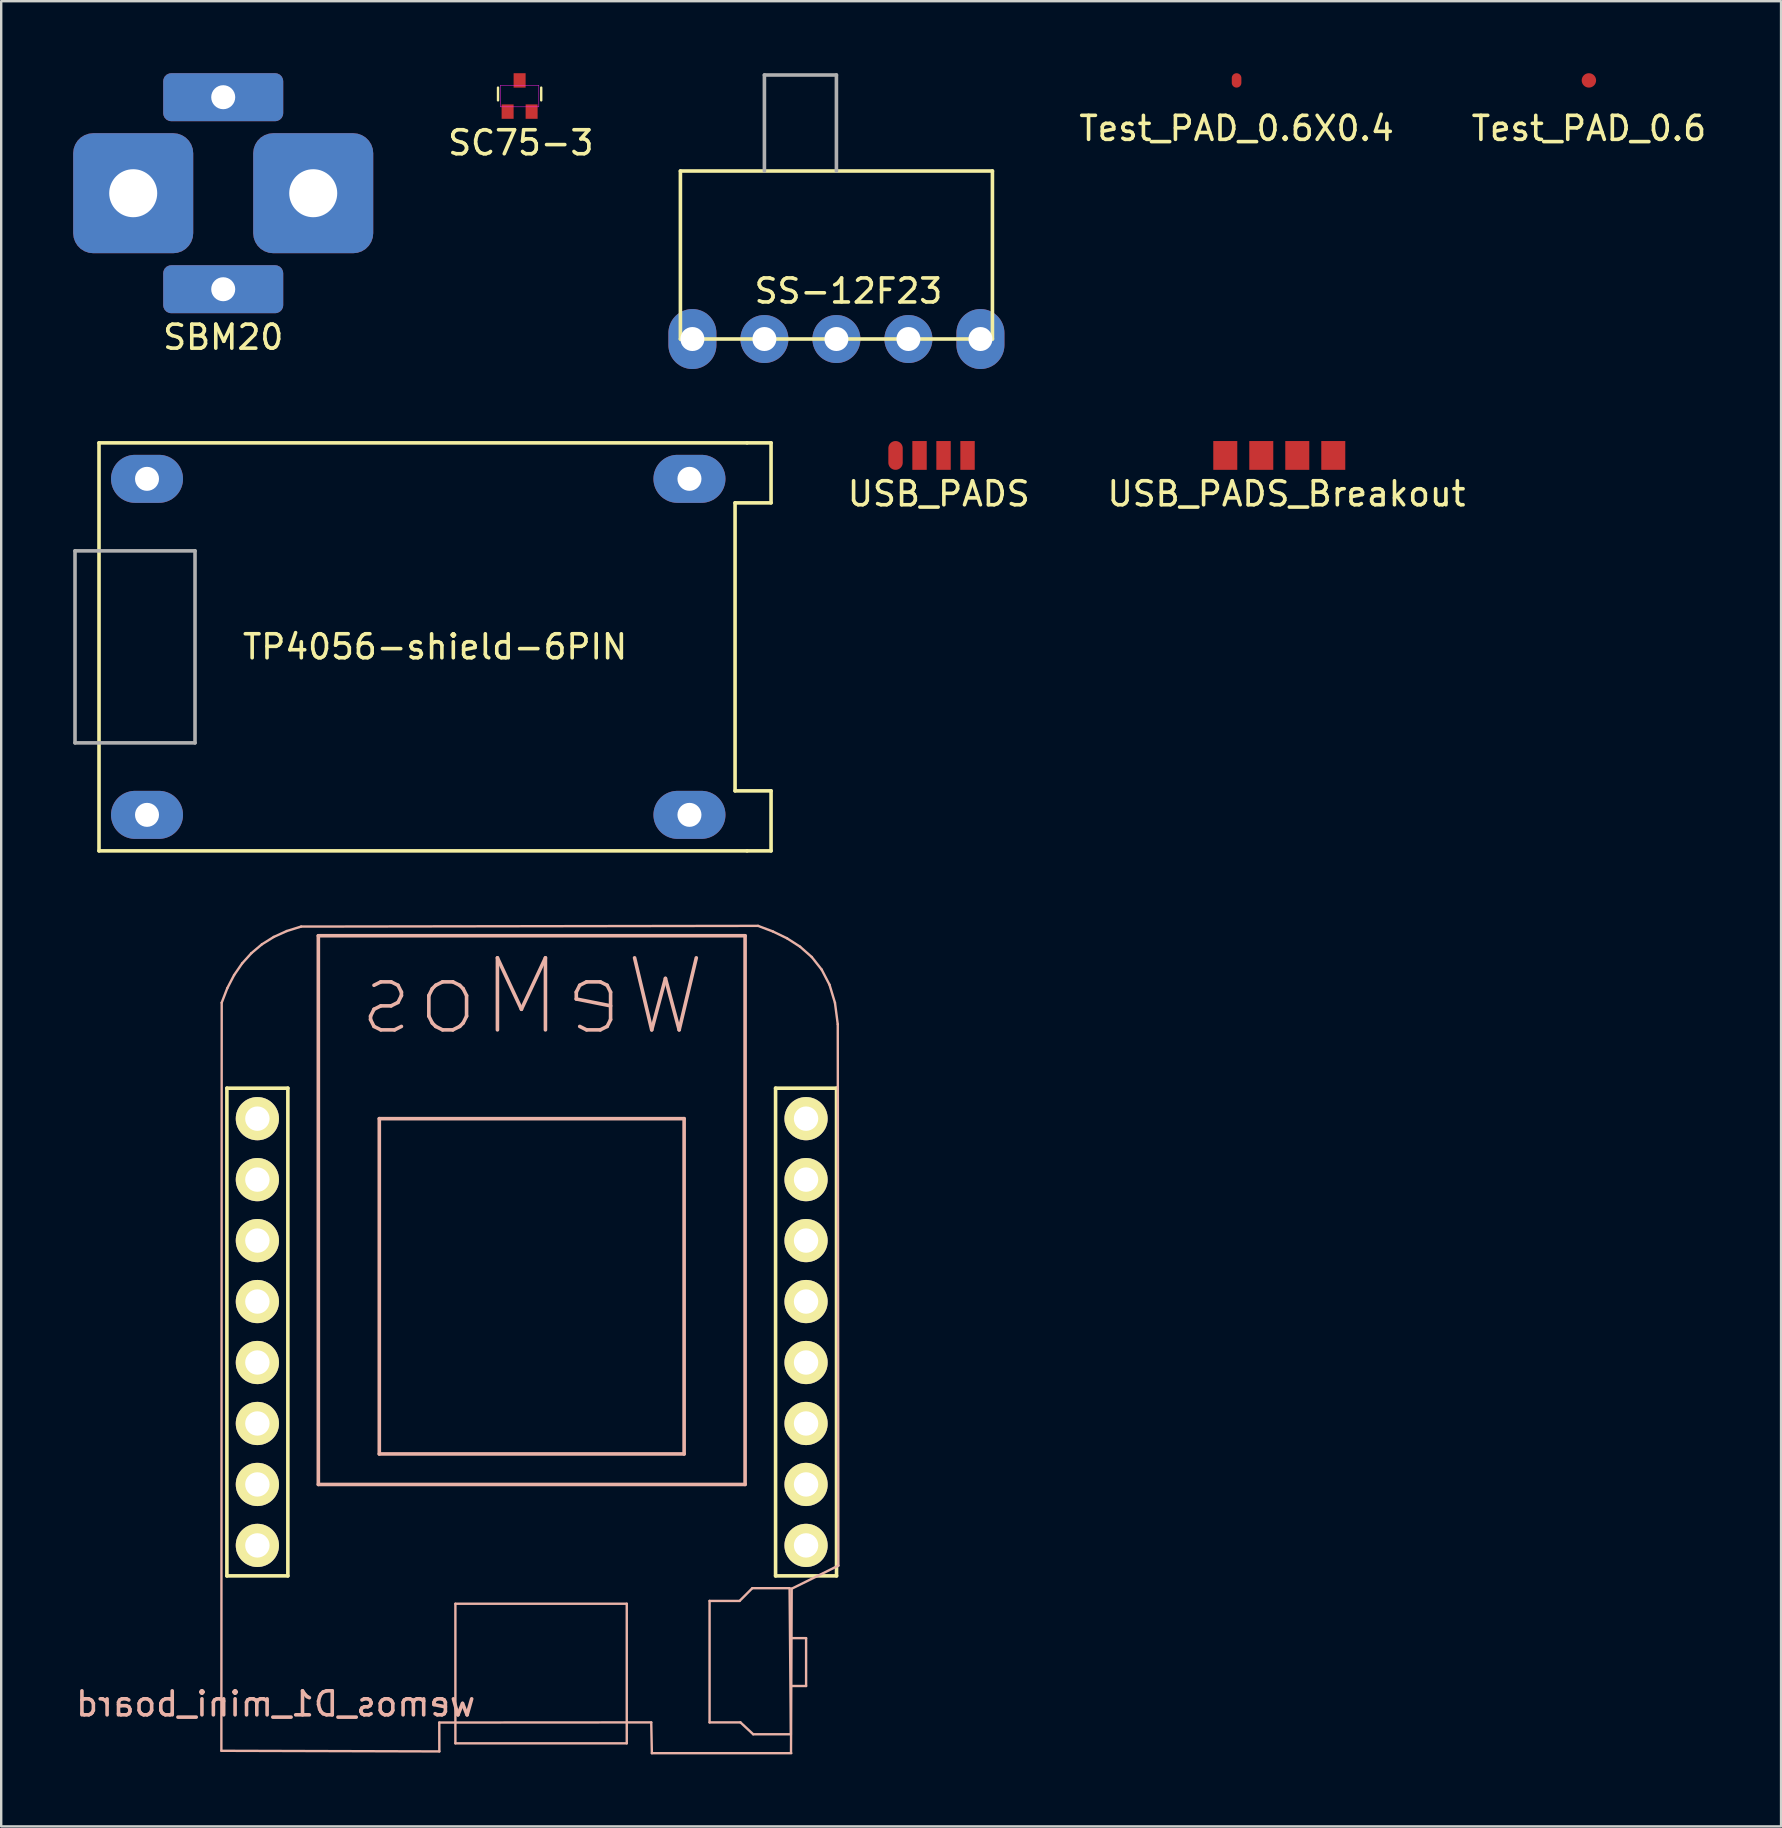
<source format=kicad_pcb>
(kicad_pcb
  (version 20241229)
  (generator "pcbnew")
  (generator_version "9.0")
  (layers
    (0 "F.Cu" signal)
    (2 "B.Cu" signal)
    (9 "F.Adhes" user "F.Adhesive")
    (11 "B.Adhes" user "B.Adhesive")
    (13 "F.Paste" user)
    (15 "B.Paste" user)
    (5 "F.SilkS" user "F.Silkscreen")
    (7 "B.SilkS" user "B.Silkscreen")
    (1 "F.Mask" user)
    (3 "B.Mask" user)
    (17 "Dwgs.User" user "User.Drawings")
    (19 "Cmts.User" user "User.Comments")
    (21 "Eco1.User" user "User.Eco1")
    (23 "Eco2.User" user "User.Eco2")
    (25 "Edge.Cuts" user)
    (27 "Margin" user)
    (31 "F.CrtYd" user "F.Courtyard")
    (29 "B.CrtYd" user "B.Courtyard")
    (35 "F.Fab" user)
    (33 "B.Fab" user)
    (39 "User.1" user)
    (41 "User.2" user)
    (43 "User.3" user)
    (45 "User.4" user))
  (footprint "TP4056-shield-6PIN"
    (layer "F.Cu")
    (at 14.575 23.9)
    (property "Reference" "TP4056-shield-6PIN" (at 0.5 0 0) (layer "F.SilkS") (effects (font (size 1 1) (thickness 0.15))))
    (attr through_hole)
    (fp_line (start -13.5 -8.5) (end 13.5 -8.5) (stroke (width 0.15) (type solid)) (layer "F.SilkS"))
    (fp_line (start -13.5 8.5) (end -13.5 -8.5) (stroke (width 0.15) (type solid)) (layer "F.SilkS"))
    (fp_line (start 13 -6) (end 13 6) (stroke (width 0.15) (type solid)) (layer "F.SilkS"))
    (fp_line (start 13 -6) (end 14.5 -6) (stroke (width 0.15) (type solid)) (layer "F.SilkS"))
    (fp_line (start 13 6) (end 14.5 6) (stroke (width 0.15) (type solid)) (layer "F.SilkS"))
    (fp_line (start 13.5 8.5) (end -13.5 8.5) (stroke (width 0.15) (type solid)) (layer "F.SilkS"))
    (fp_line (start 14.5 -8.5) (end 13.5 -8.5) (stroke (width 0.15) (type solid)) (layer "F.SilkS"))
    (fp_line (start 14.5 -6) (end 14.5 -8.5) (stroke (width 0.15) (type solid)) (layer "F.SilkS"))
    (fp_line (start 14.5 6) (end 14.5 8.5) (stroke (width 0.15) (type solid)) (layer "F.SilkS"))
    (fp_line (start 14.5 8.5) (end 13.5 8.5) (stroke (width 0.15) (type solid)) (layer "F.SilkS"))
    (fp_line (start -14.5 -4) (end -14.5 4) (stroke (width 0.15) (type solid)) (layer "F.Fab"))
    (fp_line (start -14.5 4) (end -9.5 4) (stroke (width 0.15) (type solid)) (layer "F.Fab"))
    (fp_line (start -9.5 -4) (end -14.5 -4) (stroke (width 0.15) (type solid)) (layer "F.Fab"))
    (fp_line (start -9.5 4) (end -9.5 -4) (stroke (width 0.15) (type solid)) (layer "F.Fab"))
    (pad "1" thru_hole oval (at -11.5 -7) (size 3 2) (drill 1) (layers "*.Cu" "*.Mask"))
    (pad "2" thru_hole oval (at -11.5 7) (size 3 2) (drill 1) (layers "*.Cu" "*.Mask"))
    (pad "3" thru_hole oval (at 11.1 -7) (size 3 2) (drill 1) (layers "*.Cu" "*.Mask"))
    (pad "4" thru_hole oval (at 11.1 7) (size 3 2) (drill 1) (layers "*.Cu" "*.Mask")))
  (footprint "SC75-3"
    (layer "F.Cu")
    (at 18.599 0.95)
    (property "Reference" "SC75-3" (at 0.05 1.95 0) (layer "F.SilkS") (effects (font (size 1 1) (thickness 0.15))))
    (attr through_hole)
    (fp_line (start -0.9 -0.35) (end -0.9 0.181) (stroke (width 0.1) (type solid)) (layer "F.SilkS"))
    (fp_line (start 0.9 -0.35) (end 0.9 0.181) (stroke (width 0.1) (type solid)) (layer "F.SilkS"))
    (fp_line (start -0.8 -0.45) (end -0.8 0.45) (stroke (width 0.02) (type solid)) (layer "F.CrtYd"))
    (fp_line (start -0.8 -0.45) (end 0.8 -0.45) (stroke (width 0.02) (type solid)) (layer "F.CrtYd"))
    (fp_line (start 0.8 -0.45) (end 0.8 0.45) (stroke (width 0.02) (type solid)) (layer "F.CrtYd"))
    (fp_line (start 0.8 0.45) (end -0.8 0.45) (stroke (width 0.02) (type solid)) (layer "F.CrtYd"))
    (pad "1" smd rect (at -0.5 0.65) (size 0.5 0.6) (layers "F.Cu" "F.Mask" "F.Paste"))
    (pad "2" smd rect (at 0.5 0.65) (size 0.5 0.6) (layers "F.Cu" "F.Mask" "F.Paste"))
    (pad "3" smd rect (at 0 -0.65) (size 0.5 0.6) (layers "F.Cu" "F.Mask" "F.Paste")))
  (footprint "wemos_D1_mini_board"
    (layer "F.Cu")
    (at 19.103 53.717)
    (property "Reference" "wemos_D1_mini_board" (at -10.668 14.224 0) (layer "B.SilkS") (effects (font (size 1 1) (thickness 0.15)) (justify mirror)))
    (attr through_hole)
    (fp_line (start -12.7 -11.43) (end -10.16 -11.43) (stroke (width 0.15) (type solid)) (layer "F.SilkS"))
    (fp_line (start -12.7 8.89) (end -12.7 -11.43) (stroke (width 0.15) (type solid)) (layer "F.SilkS"))
    (fp_line (start -10.16 -11.43) (end -10.16 8.89) (stroke (width 0.15) (type solid)) (layer "F.SilkS"))
    (fp_line (start -10.16 8.89) (end -12.7 8.89) (stroke (width 0.15) (type solid)) (layer "F.SilkS"))
    (fp_line (start 10.16 -11.43) (end 12.7 -11.43) (stroke (width 0.15) (type solid)) (layer "F.SilkS"))
    (fp_line (start 10.16 8.89) (end 10.16 -11.43) (stroke (width 0.15) (type solid)) (layer "F.SilkS"))
    (fp_line (start 12.7 -11.43) (end 12.7 8.89) (stroke (width 0.15) (type solid)) (layer "F.SilkS"))
    (fp_line (start 12.7 8.89) (end 10.16 8.89) (stroke (width 0.15) (type solid)) (layer "F.SilkS"))
    (fp_line (start -12.93 16.177) (end -12.916 -14.993) (stroke (width 0.1) (type solid)) (layer "B.SilkS"))
    (fp_line (start -12.916 -14.993) (end -12.683 -15.596) (stroke (width 0.1) (type solid)) (layer "B.SilkS"))
    (fp_line (start -12.683 -15.596) (end -12.4 -16.141) (stroke (width 0.1) (type solid)) (layer "B.SilkS"))
    (fp_line (start -12.4 -16.141) (end -12.065 -16.628) (stroke (width 0.1) (type solid)) (layer "B.SilkS"))
    (fp_line (start -12.065 -16.628) (end -11.679 -17.055) (stroke (width 0.1) (type solid)) (layer "B.SilkS"))
    (fp_line (start -11.679 -17.055) (end -11.241 -17.423) (stroke (width 0.1) (type solid)) (layer "B.SilkS"))
    (fp_line (start -11.241 -17.423) (end -10.749 -17.73) (stroke (width 0.1) (type solid)) (layer "B.SilkS"))
    (fp_line (start -10.749 -17.73) (end -10.205 -17.977) (stroke (width 0.1) (type solid)) (layer "B.SilkS"))
    (fp_line (start -10.205 -17.977) (end -9.607 -18.163) (stroke (width 0.1) (type solid)) (layer "B.SilkS"))
    (fp_line (start -9.607 -18.163) (end 9.43 -18.192) (stroke (width 0.1) (type solid)) (layer "B.SilkS"))
    (fp_line (start -8.89 -17.78) (end -8.89 5.08) (stroke (width 0.15) (type solid)) (layer "B.SilkS"))
    (fp_line (start -8.89 5.08) (end 8.89 5.08) (stroke (width 0.15) (type solid)) (layer "B.SilkS"))
    (fp_line (start -6.35 -10.16) (end 6.35 -10.16) (stroke (width 0.15) (type solid)) (layer "B.SilkS"))
    (fp_line (start -6.35 3.81) (end -6.35 -10.16) (stroke (width 0.15) (type solid)) (layer "B.SilkS"))
    (fp_line (start -3.851 15) (end -3.849 16.203) (stroke (width 0.1) (type solid)) (layer "B.SilkS"))
    (fp_line (start -3.849 16.203) (end -12.93 16.177) (stroke (width 0.1) (type solid)) (layer "B.SilkS"))
    (fp_line (start -3.18 10.051) (end 3.96 10.051) (stroke (width 0.1) (type solid)) (layer "B.SilkS"))
    (fp_line (start -3.18 15.865) (end -3.18 10.051) (stroke (width 0.1) (type solid)) (layer "B.SilkS"))
    (fp_line (start 3.96 10.051) (end 3.96 15.865) (stroke (width 0.1) (type solid)) (layer "B.SilkS"))
    (fp_line (start 3.96 15.865) (end -3.18 15.865) (stroke (width 0.1) (type solid)) (layer "B.SilkS"))
    (fp_line (start 4.98 14.994) (end -3.851 15) (stroke (width 0.1) (type solid)) (layer "B.SilkS"))
    (fp_line (start 5.006 16.277) (end 4.98 14.994) (stroke (width 0.1) (type solid)) (layer "B.SilkS"))
    (fp_line (start 6.35 -10.16) (end 6.35 3.81) (stroke (width 0.15) (type solid)) (layer "B.SilkS"))
    (fp_line (start 6.35 3.81) (end -6.35 3.81) (stroke (width 0.15) (type solid)) (layer "B.SilkS"))
    (fp_line (start 7.41 9.932) (end 7.41 14.994) (stroke (width 0.1) (type solid)) (layer "B.SilkS"))
    (fp_line (start 7.41 14.994) (end 8.697 14.994) (stroke (width 0.1) (type solid)) (layer "B.SilkS"))
    (fp_line (start 8.662 9.932) (end 7.41 9.932) (stroke (width 0.1) (type solid)) (layer "B.SilkS"))
    (fp_line (start 8.697 14.994) (end 9.227 15.488) (stroke (width 0.1) (type solid)) (layer "B.SilkS"))
    (fp_line (start 8.89 -17.78) (end -8.89 -17.78) (stroke (width 0.15) (type solid)) (layer "B.SilkS"))
    (fp_line (start 8.89 5.08) (end 8.89 -17.78) (stroke (width 0.15) (type solid)) (layer "B.SilkS"))
    (fp_line (start 9.191 9.402) (end 8.662 9.932) (stroke (width 0.1) (type solid)) (layer "B.SilkS"))
    (fp_line (start 9.227 15.488) (end 10.797 15.488) (stroke (width 0.1) (type solid)) (layer "B.SilkS"))
    (fp_line (start 9.43 -18.192) (end 10.05 -17.958) (stroke (width 0.1) (type solid)) (layer "B.SilkS"))
    (fp_line (start 10.05 -17.958) (end 10.638 -17.673) (stroke (width 0.1) (type solid)) (layer "B.SilkS"))
    (fp_line (start 10.638 -17.673) (end 11.181 -17.324) (stroke (width 0.1) (type solid)) (layer "B.SilkS"))
    (fp_line (start 10.744 9.402) (end 9.191 9.402) (stroke (width 0.1) (type solid)) (layer "B.SilkS"))
    (fp_line (start 10.779 11.484) (end 11.432 11.484) (stroke (width 0.1) (type solid)) (layer "B.SilkS"))
    (fp_line (start 10.797 15.488) (end 10.744 9.402) (stroke (width 0.1) (type solid)) (layer "B.SilkS"))
    (fp_line (start 10.817 16.277) (end 5.006 16.277) (stroke (width 0.1) (type solid)) (layer "B.SilkS"))
    (fp_line (start 10.832 9.424) (end 10.803 16.233) (stroke (width 0.1) (type solid)) (layer "B.SilkS"))
    (fp_line (start 11.181 -17.324) (end 11.667 -16.895) (stroke (width 0.1) (type solid)) (layer "B.SilkS"))
    (fp_line (start 11.432 11.484) (end 11.432 13.477) (stroke (width 0.1) (type solid)) (layer "B.SilkS"))
    (fp_line (start 11.432 13.477) (end 10.814 13.477) (stroke (width 0.1) (type solid)) (layer "B.SilkS"))
    (fp_line (start 11.667 -16.895) (end 12.08 -16.371) (stroke (width 0.1) (type solid)) (layer "B.SilkS"))
    (fp_line (start 12.08 -16.371) (end 12.407 -15.74) (stroke (width 0.1) (type solid)) (layer "B.SilkS"))
    (fp_line (start 12.407 -15.74) (end 12.635 -14.985) (stroke (width 0.1) (type solid)) (layer "B.SilkS"))
    (fp_line (start 12.635 -14.985) (end 12.751 -14.092) (stroke (width 0.1) (type solid)) (layer "B.SilkS"))
    (fp_line (start 12.751 -14.092) (end 12.776 8.463) (stroke (width 0.1) (type solid)) (layer "B.SilkS"))
    (fp_line (start 12.776 8.463) (end 10.832 9.424) (stroke (width 0.1) (type solid)) (layer "B.SilkS"))
    (fp_text user "WeMos" (at 0 -15.24 0) (layer "B.SilkS") (effects (font (size 3 3) (thickness 0.15)) (justify mirror)))
    (pad "1" thru_hole circle (at -11.43 7.62) (size 1.8 1.8) (drill 1.016) (layers "*.Cu" "*.Mask" "F.SilkS"))
    (pad "2" thru_hole circle (at -11.43 5.08) (size 1.8 1.8) (drill 1.016) (layers "*.Cu" "*.Mask" "F.SilkS"))
    (pad "3" thru_hole circle (at -11.43 2.54) (size 1.8 1.8) (drill 1.016) (layers "*.Cu" "*.Mask" "F.SilkS"))
    (pad "4" thru_hole circle (at -11.43 0) (size 1.8 1.8) (drill 1.016) (layers "*.Cu" "*.Mask" "F.SilkS"))
    (pad "5" thru_hole circle (at -11.43 -2.54) (size 1.8 1.8) (drill 1.016) (layers "*.Cu" "*.Mask" "F.SilkS"))
    (pad "6" thru_hole circle (at -11.43 -5.08) (size 1.8 1.8) (drill 1.016) (layers "*.Cu" "*.Mask" "F.SilkS"))
    (pad "7" thru_hole circle (at -11.43 -7.62) (size 1.8 1.8) (drill 1.016) (layers "*.Cu" "*.Mask" "F.SilkS"))
    (pad "8" thru_hole circle (at -11.43 -10.16) (size 1.8 1.8) (drill 1.016) (layers "*.Cu" "*.Mask" "F.SilkS"))
    (pad "9" thru_hole circle (at 11.43 -10.16) (size 1.8 1.8) (drill 1.016) (layers "*.Cu" "*.Mask" "F.SilkS"))
    (pad "10" thru_hole circle (at 11.43 -7.62) (size 1.8 1.8) (drill 1.016) (layers "*.Cu" "*.Mask" "F.SilkS"))
    (pad "11" thru_hole circle (at 11.43 -5.08) (size 1.8 1.8) (drill 1.016) (layers "*.Cu" "*.Mask" "F.SilkS"))
    (pad "12" thru_hole circle (at 11.43 -2.54) (size 1.8 1.8) (drill 1.016) (layers "*.Cu" "*.Mask" "F.SilkS"))
    (pad "13" thru_hole circle (at 11.43 0) (size 1.8 1.8) (drill 1.016) (layers "*.Cu" "*.Mask" "F.SilkS"))
    (pad "14" thru_hole circle (at 11.43 2.54) (size 1.8 1.8) (drill 1.016) (layers "*.Cu" "*.Mask" "F.SilkS"))
    (pad "15" thru_hole circle (at 11.43 5.08) (size 1.8 1.8) (drill 1.016) (layers "*.Cu" "*.Mask" "F.SilkS"))
    (pad "16" thru_hole circle (at 11.43 7.62) (size 1.8 1.8) (drill 1.016) (layers "*.Cu" "*.Mask" "F.SilkS")))
  (footprint "SBM20"
    (layer "F.Cu")
    (at 6.25 5)
    (property "Reference" "SBM20" (at 0 6 0) (layer "F.SilkS") (effects (font (size 1 1) (thickness 0.15))))
    (attr through_hole)
    (pad "1" thru_hole roundrect (at -3.75 0) (size 5 5) (drill 2) (layers "*.Cu" "*.Mask") (roundrect_rratio 0.167))
    (pad "1" thru_hole roundrect (at 0 -4) (size 5 2) (drill 1) (layers "*.Cu" "*.Mask") (roundrect_rratio 0.167))
    (pad "1" thru_hole roundrect (at 0 4) (size 5 2) (drill 1) (layers "*.Cu" "*.Mask") (roundrect_rratio 0.167))
    (pad "1" thru_hole roundrect (at 3.75 0) (size 5 5) (drill 2) (layers "*.Cu" "*.Mask") (roundrect_rratio 0.167)))
  (footprint "Test_PAD_0.6"
    (layer "F.Cu")
    (at 63.149 0.3)
    (property "Reference" "Test_PAD_0.6" (at 0 2 0) (layer "F.SilkS") (effects (font (size 1 1) (thickness 0.15))))
    (attr through_hole)
    (pad "1" smd circle (at 0 0) (size 0.6 0.6) (layers "F.Cu" "F.Mask" "F.Paste")))
  (footprint "USB_PADS_Breakout"
    (layer "F.Cu")
    (at 50.249 15.925)
    (property "Reference" "USB_PADS_Breakout" (at 0.3 1.6 0) (layer "F.SilkS") (effects (font (size 1 1) (thickness 0.15))))
    (attr through_hole)
    (pad "1" smd rect (at -2.25 0) (size 1 1.2) (layers "F.Cu" "F.Mask" "F.Paste"))
    (pad "2" smd rect (at -0.75 0) (size 1 1.2) (layers "F.Cu" "F.Mask" "F.Paste"))
    (pad "3" smd rect (at 0.75 0) (size 1 1.2) (layers "F.Cu" "F.Mask" "F.Paste"))
    (pad "4" smd rect (at 2.25 0) (size 1 1.2) (layers "F.Cu" "F.Mask" "F.Paste")))
  (footprint "SS-12F23"
    (layer "F.Cu")
    (at 31.798 11.075)
    (property "Reference" "SS-12F23" (at 0.5 -2 0) (layer "F.SilkS") (effects (font (size 1 1) (thickness 0.15))))
    (attr through_hole)
    (fp_line (start -6.5 -7) (end -6.5 0) (stroke (width 0.15) (type solid)) (layer "F.SilkS"))
    (fp_line (start -6.5 0) (end 0 0) (stroke (width 0.15) (type solid)) (layer "F.SilkS"))
    (fp_line (start 0 0) (end 6.5 0) (stroke (width 0.15) (type solid)) (layer "F.SilkS"))
    (fp_line (start 6.5 -7) (end -6.5 -7) (stroke (width 0.15) (type solid)) (layer "F.SilkS"))
    (fp_line (start 6.5 0) (end 6.5 -7) (stroke (width 0.15) (type solid)) (layer "F.SilkS"))
    (fp_line (start -3 -11) (end -3 -7) (stroke (width 0.15) (type solid)) (layer "F.Fab"))
    (fp_line (start 0 -11) (end -3 -11) (stroke (width 0.15) (type solid)) (layer "F.Fab"))
    (fp_line (start 0 -7) (end 0 -11) (stroke (width 0.15) (type solid)) (layer "F.Fab"))
    (pad "" thru_hole oval (at -6 0) (size 2 2.5) (drill 1) (layers "*.Cu" "*.Mask"))
    (pad "" thru_hole oval (at 6 0) (size 2 2.5) (drill 1) (layers "*.Cu" "*.Mask"))
    (pad "1" thru_hole circle (at 3 0) (size 2 2) (drill 1) (layers "*.Cu" "*.Mask"))
    (pad "2" thru_hole circle (at 0 0) (size 2 2) (drill 1) (layers "*.Cu" "*.Mask"))
    (pad "3" thru_hole circle (at -3 0) (size 2 2) (drill 1) (layers "*.Cu" "*.Mask")))
  (footprint "USB_PADS"
    (layer "F.Cu")
    (at 35.761 15.925)
    (property "Reference" "USB_PADS" (at 0.3 1.6 0) (layer "F.SilkS") (effects (font (size 1 1) (thickness 0.15))))
    (attr through_hole)
    (pad "1" smd oval (at -1.5 0) (size 0.6 1.2) (layers "F.Cu" "F.Mask" "F.Paste"))
    (pad "2" smd rect (at -0.5 0) (size 0.6 1.2) (layers "F.Cu" "F.Mask" "F.Paste"))
    (pad "3" smd rect (at 0.5 0) (size 0.6 1.2) (layers "F.Cu" "F.Mask" "F.Paste"))
    (pad "4" smd rect (at 1.5 0) (size 0.6 1.2) (layers "F.Cu" "F.Mask" "F.Paste")))
  (footprint "Test_PAD_0.6X0.4"
    (layer "F.Cu")
    (at 48.47 0.3)
    (property "Reference" "Test_PAD_0.6X0.4" (at 0 2 0) (layer "F.SilkS") (effects (font (size 1 1) (thickness 0.15))))
    (attr through_hole)
    (pad "1" smd oval (at 0 0) (size 0.4 0.6) (layers "F.Cu" "F.Mask" "F.Paste")))
  (gr_rect
    (start -3 -3)
    (end 71.155 73.044)
    (stroke (width 0.1) (type default))
    (fill no)
    (layer "Edge.Cuts")))
</source>
